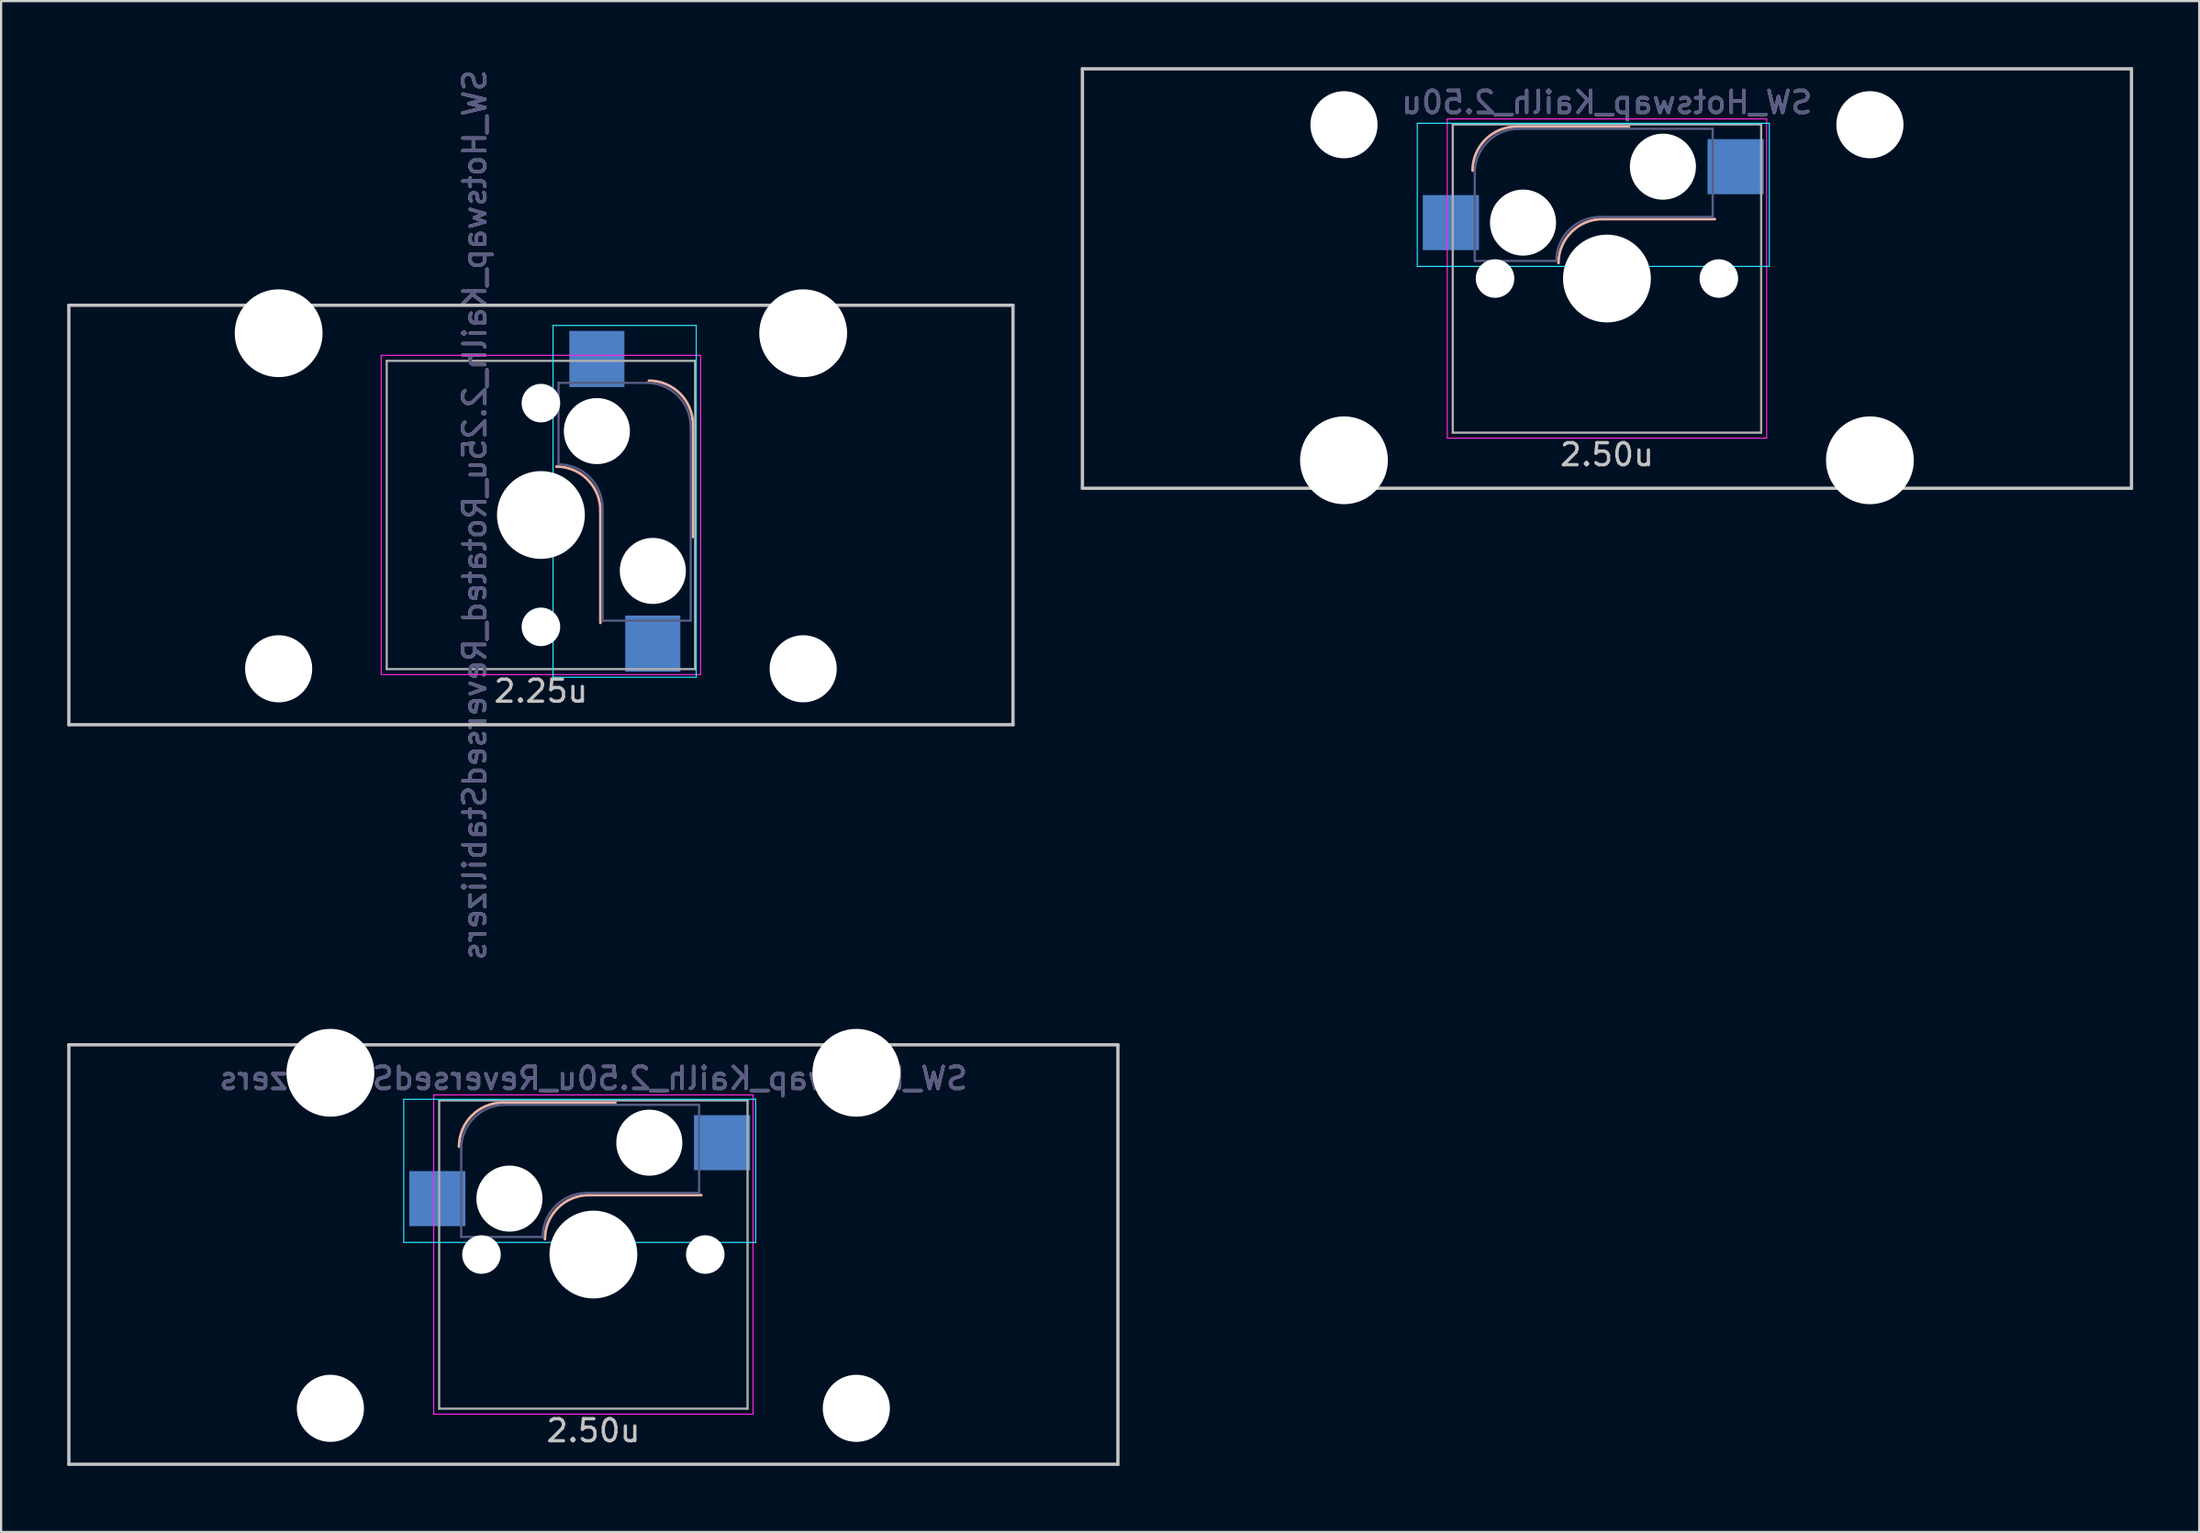
<source format=kicad_pcb>
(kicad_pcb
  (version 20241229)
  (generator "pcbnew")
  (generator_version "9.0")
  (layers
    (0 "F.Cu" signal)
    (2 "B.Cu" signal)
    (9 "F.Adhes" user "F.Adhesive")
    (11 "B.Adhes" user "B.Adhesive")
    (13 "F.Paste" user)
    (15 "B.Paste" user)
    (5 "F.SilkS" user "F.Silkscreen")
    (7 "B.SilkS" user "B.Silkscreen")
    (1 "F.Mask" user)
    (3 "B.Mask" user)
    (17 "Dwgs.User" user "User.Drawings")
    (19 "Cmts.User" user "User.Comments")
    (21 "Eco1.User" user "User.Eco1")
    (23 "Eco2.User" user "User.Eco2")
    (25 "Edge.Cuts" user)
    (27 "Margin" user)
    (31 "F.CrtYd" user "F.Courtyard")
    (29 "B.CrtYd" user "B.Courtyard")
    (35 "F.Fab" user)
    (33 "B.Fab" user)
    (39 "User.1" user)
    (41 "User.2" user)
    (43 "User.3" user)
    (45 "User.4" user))
  (footprint "SW_Hotswap_Kailh_2.50u_ReversedStabilizers"
    (layer "F.Cu")
    (at 23.887 53.927)
    (property "Reference" "SW_Hotswap_Kailh_2.50u_ReversedStabilizers" (at 0 -8 0) (layer "B.SilkS") (effects (font (size 1 1) (thickness 0.15)) (justify mirror)))
    (attr smd)
    (fp_line (start 1 -6.9) (end -4.1 -6.9) (stroke (width 0.12) (type solid)) (layer "B.SilkS"))
    (fp_line (start 4.9 -2.7) (end -0.2 -2.7) (stroke (width 0.12) (type solid)) (layer "B.SilkS"))
    (fp_arc (start -6.1 -4.9) (mid -5.514214 -6.314214) (end -4.1 -6.9) (stroke (width 0.12) (type solid)) (layer "B.SilkS"))
    (fp_arc (start -2.2 -0.7) (mid -1.614214 -2.114214) (end -0.2 -2.7) (stroke (width 0.12) (type solid)) (layer "B.SilkS"))
    (fp_line (start -23.812 -9.525) (end 23.812 -9.525) (stroke (width 0.15) (type solid)) (layer "Dwgs.User"))
    (fp_line (start -23.812 9.525) (end -23.812 -9.525) (stroke (width 0.15) (type solid)) (layer "Dwgs.User"))
    (fp_line (start -23.812 9.525) (end 23.812 9.525) (stroke (width 0.15) (type solid)) (layer "Dwgs.User"))
    (fp_line (start 23.812 -9.525) (end 23.812 9.525) (stroke (width 0.15) (type solid)) (layer "Dwgs.User"))
    (fp_line (start -8.61 -7.05) (end 7.37 -7.05) (stroke (width 0.05) (type solid)) (layer "B.CrtYd"))
    (fp_line (start -8.61 -0.55) (end -8.61 -7.05) (stroke (width 0.05) (type solid)) (layer "B.CrtYd"))
    (fp_line (start -8.61 -0.55) (end 7.37 -0.55) (stroke (width 0.05) (type solid)) (layer "B.CrtYd"))
    (fp_line (start 7.37 -7.05) (end 7.37 -0.55) (stroke (width 0.05) (type solid)) (layer "B.CrtYd"))
    (fp_line (start -7.25 -7.25) (end 7.25 -7.25) (stroke (width 0.05) (type solid)) (layer "F.CrtYd"))
    (fp_line (start -7.25 7.25) (end -7.25 -7.25) (stroke (width 0.05) (type solid)) (layer "F.CrtYd"))
    (fp_line (start 7.25 -7.25) (end 7.25 7.25) (stroke (width 0.05) (type solid)) (layer "F.CrtYd"))
    (fp_line (start 7.25 7.25) (end -7.25 7.25) (stroke (width 0.05) (type solid)) (layer "F.CrtYd"))
    (fp_line (start -6 -0.8) (end -6 -4.8) (stroke (width 0.1) (type solid)) (layer "B.Fab"))
    (fp_line (start -6 -0.8) (end -2.3 -0.8) (stroke (width 0.1) (type solid)) (layer "B.Fab"))
    (fp_line (start -4 -6.8) (end 4.8 -6.8) (stroke (width 0.1) (type solid)) (layer "B.Fab"))
    (fp_line (start -0.3 -2.8) (end 4.8 -2.8) (stroke (width 0.1) (type solid)) (layer "B.Fab"))
    (fp_line (start 4.8 -6.8) (end 4.8 -2.8) (stroke (width 0.1) (type solid)) (layer "B.Fab"))
    (fp_arc (start -6 -4.8) (mid -5.414214 -6.214214) (end -4 -6.8) (stroke (width 0.1) (type solid)) (layer "B.Fab"))
    (fp_arc (start -2.3 -0.8) (mid -1.714214 -2.214214) (end -0.3 -2.8) (stroke (width 0.1) (type solid)) (layer "B.Fab"))
    (fp_line (start -7 -7) (end 7 -7) (stroke (width 0.1) (type solid)) (layer "F.Fab"))
    (fp_line (start -7 7) (end -7 -7) (stroke (width 0.1) (type solid)) (layer "F.Fab"))
    (fp_line (start 7 -7) (end 7 7) (stroke (width 0.1) (type solid)) (layer "F.Fab"))
    (fp_line (start 7 7) (end -7 7) (stroke (width 0.1) (type solid)) (layer "F.Fab"))
    (fp_text user "2.50u" (at 0 8 0) (layer "Dwgs.User") (effects (font (size 1 1) (thickness 0.15))))
    (fp_text user "${REFERENCE}" (at 0 -8 0) (layer "B.Fab") (effects (font (size 1 1) (thickness 0.15)) (justify mirror)))
    (pad "" np_thru_hole circle (at -11.938 -8.255) (size 3.988 3.988) (drill 3.988) (layers "*.Cu" "*.Mask"))
    (pad "" np_thru_hole circle (at -11.938 6.985) (size 3.048 3.048) (drill 3.048) (layers "*.Cu" "*.Mask"))
    (pad "" np_thru_hole circle (at -5.08 0 48.1) (size 1.75 1.75) (drill 1.75) (layers "*.Cu" "*.Mask"))
    (pad "" np_thru_hole circle (at -3.81 -2.54) (size 3 3) (drill 3) (layers "*.Cu" "*.Mask"))
    (pad "" np_thru_hole circle (at 0 0) (size 3.988 3.988) (drill 3.988) (layers "*.Cu" "*.Mask"))
    (pad "" np_thru_hole circle (at 2.54 -5.08) (size 3 3) (drill 3) (layers "*.Cu" "*.Mask"))
    (pad "" np_thru_hole circle (at 5.08 0 48.1) (size 1.75 1.75) (drill 1.75) (layers "*.Cu" "*.Mask"))
    (pad "" np_thru_hole circle (at 11.938 -8.255) (size 3.988 3.988) (drill 3.988) (layers "*.Cu" "*.Mask"))
    (pad "" np_thru_hole circle (at 11.938 6.985) (size 3.048 3.048) (drill 3.048) (layers "*.Cu" "*.Mask"))
    (pad "1" smd rect (at -7.085 -2.54) (size 2.55 2.5) (layers "B.Cu" "B.Mask" "B.Paste"))
    (pad "2" smd rect (at 5.842 -5.08) (size 2.55 2.5) (layers "B.Cu" "B.Mask" "B.Paste")))
  (footprint "SW_Hotswap_Kailh_2.50u"
    (layer "F.Cu")
    (at 69.9 9.6)
    (property "Reference" "SW_Hotswap_Kailh_2.50u" (at 0 -8 0) (layer "B.SilkS") (effects (font (size 1 1) (thickness 0.15)) (justify mirror)))
    (attr smd)
    (fp_line (start 1 -6.9) (end -4.1 -6.9) (stroke (width 0.12) (type solid)) (layer "B.SilkS"))
    (fp_line (start 4.9 -2.7) (end -0.2 -2.7) (stroke (width 0.12) (type solid)) (layer "B.SilkS"))
    (fp_arc (start -6.1 -4.9) (mid -5.514214 -6.314214) (end -4.1 -6.9) (stroke (width 0.12) (type solid)) (layer "B.SilkS"))
    (fp_arc (start -2.2 -0.7) (mid -1.614214 -2.114214) (end -0.2 -2.7) (stroke (width 0.12) (type solid)) (layer "B.SilkS"))
    (fp_line (start -23.812 -9.525) (end 23.812 -9.525) (stroke (width 0.15) (type solid)) (layer "Dwgs.User"))
    (fp_line (start -23.812 9.525) (end -23.812 -9.525) (stroke (width 0.15) (type solid)) (layer "Dwgs.User"))
    (fp_line (start -23.812 9.525) (end 23.812 9.525) (stroke (width 0.15) (type solid)) (layer "Dwgs.User"))
    (fp_line (start 23.812 -9.525) (end 23.812 9.525) (stroke (width 0.15) (type solid)) (layer "Dwgs.User"))
    (fp_line (start -8.61 -7.05) (end 7.37 -7.05) (stroke (width 0.05) (type solid)) (layer "B.CrtYd"))
    (fp_line (start -8.61 -0.55) (end -8.61 -7.05) (stroke (width 0.05) (type solid)) (layer "B.CrtYd"))
    (fp_line (start -8.61 -0.55) (end 7.37 -0.55) (stroke (width 0.05) (type solid)) (layer "B.CrtYd"))
    (fp_line (start 7.37 -7.05) (end 7.37 -0.55) (stroke (width 0.05) (type solid)) (layer "B.CrtYd"))
    (fp_line (start -7.25 -7.25) (end 7.25 -7.25) (stroke (width 0.05) (type solid)) (layer "F.CrtYd"))
    (fp_line (start -7.25 7.25) (end -7.25 -7.25) (stroke (width 0.05) (type solid)) (layer "F.CrtYd"))
    (fp_line (start 7.25 -7.25) (end 7.25 7.25) (stroke (width 0.05) (type solid)) (layer "F.CrtYd"))
    (fp_line (start 7.25 7.25) (end -7.25 7.25) (stroke (width 0.05) (type solid)) (layer "F.CrtYd"))
    (fp_line (start -6 -0.8) (end -6 -4.8) (stroke (width 0.1) (type solid)) (layer "B.Fab"))
    (fp_line (start -6 -0.8) (end -2.3 -0.8) (stroke (width 0.1) (type solid)) (layer "B.Fab"))
    (fp_line (start -4 -6.8) (end 4.8 -6.8) (stroke (width 0.1) (type solid)) (layer "B.Fab"))
    (fp_line (start -0.3 -2.8) (end 4.8 -2.8) (stroke (width 0.1) (type solid)) (layer "B.Fab"))
    (fp_line (start 4.8 -6.8) (end 4.8 -2.8) (stroke (width 0.1) (type solid)) (layer "B.Fab"))
    (fp_arc (start -6 -4.8) (mid -5.414214 -6.214214) (end -4 -6.8) (stroke (width 0.1) (type solid)) (layer "B.Fab"))
    (fp_arc (start -2.3 -0.8) (mid -1.714214 -2.214214) (end -0.3 -2.8) (stroke (width 0.1) (type solid)) (layer "B.Fab"))
    (fp_line (start -7 -7) (end 7 -7) (stroke (width 0.1) (type solid)) (layer "F.Fab"))
    (fp_line (start -7 7) (end -7 -7) (stroke (width 0.1) (type solid)) (layer "F.Fab"))
    (fp_line (start 7 -7) (end 7 7) (stroke (width 0.1) (type solid)) (layer "F.Fab"))
    (fp_line (start 7 7) (end -7 7) (stroke (width 0.1) (type solid)) (layer "F.Fab"))
    (fp_text user "2.50u" (at 0 8 0) (layer "Dwgs.User") (effects (font (size 1 1) (thickness 0.15))))
    (fp_text user "${REFERENCE}" (at 0 -8 0) (layer "B.Fab") (effects (font (size 1 1) (thickness 0.15)) (justify mirror)))
    (pad "" np_thru_hole circle (at -11.938 -6.985) (size 3.048 3.048) (drill 3.048) (layers "*.Cu" "*.Mask"))
    (pad "" np_thru_hole circle (at -11.938 8.255) (size 3.988 3.988) (drill 3.988) (layers "*.Cu" "*.Mask"))
    (pad "" np_thru_hole circle (at -5.08 0 48.1) (size 1.75 1.75) (drill 1.75) (layers "*.Cu" "*.Mask"))
    (pad "" np_thru_hole circle (at -3.81 -2.54) (size 3 3) (drill 3) (layers "*.Cu" "*.Mask"))
    (pad "" np_thru_hole circle (at 0 0) (size 3.988 3.988) (drill 3.988) (layers "*.Cu" "*.Mask"))
    (pad "" np_thru_hole circle (at 2.54 -5.08) (size 3 3) (drill 3) (layers "*.Cu" "*.Mask"))
    (pad "" np_thru_hole circle (at 5.08 0 48.1) (size 1.75 1.75) (drill 1.75) (layers "*.Cu" "*.Mask"))
    (pad "" np_thru_hole circle (at 11.938 -6.985) (size 3.048 3.048) (drill 3.048) (layers "*.Cu" "*.Mask"))
    (pad "" np_thru_hole circle (at 11.938 8.255) (size 3.988 3.988) (drill 3.988) (layers "*.Cu" "*.Mask"))
    (pad "1" smd rect (at -7.085 -2.54) (size 2.55 2.5) (layers "B.Cu" "B.Mask" "B.Paste"))
    (pad "2" smd rect (at 5.842 -5.08) (size 2.55 2.5) (layers "B.Cu" "B.Mask" "B.Paste")))
  (footprint "SW_Hotswap_Kailh_2.25u_Rotated_ReversedStabilizers"
    (layer "F.Cu")
    (at 21.506 20.339)
    (property "Reference" "SW_Hotswap_Kailh_2.25u_Rotated_ReversedStabilizers" (at -3 0 90) (layer "B.SilkS") (effects (font (size 1 1) (thickness 0.15)) (justify mirror)))
    (attr smd)
    (fp_line (start 2.7 4.9) (end 2.7 -0.2) (stroke (width 0.12) (type solid)) (layer "B.SilkS"))
    (fp_line (start 6.9 1) (end 6.9 -4.1) (stroke (width 0.12) (type solid)) (layer "B.SilkS"))
    (fp_arc (start 0.7 -2.2) (mid 2.114214 -1.614214) (end 2.7 -0.2) (stroke (width 0.12) (type solid)) (layer "B.SilkS"))
    (fp_arc (start 4.9 -6.1) (mid 6.314214 -5.514214) (end 6.9 -4.1) (stroke (width 0.12) (type solid)) (layer "B.SilkS"))
    (fp_line (start -21.431 -9.525) (end 21.431 -9.525) (stroke (width 0.15) (type solid)) (layer "Dwgs.User"))
    (fp_line (start -21.431 9.525) (end -21.431 -9.525) (stroke (width 0.15) (type solid)) (layer "Dwgs.User"))
    (fp_line (start -21.431 9.525) (end 21.431 9.525) (stroke (width 0.15) (type solid)) (layer "Dwgs.User"))
    (fp_line (start 21.431 -9.525) (end 21.431 9.525) (stroke (width 0.15) (type solid)) (layer "Dwgs.User"))
    (fp_line (start 0.55 -8.61) (end 0.55 7.37) (stroke (width 0.05) (type solid)) (layer "B.CrtYd"))
    (fp_line (start 0.55 -8.61) (end 7.05 -8.61) (stroke (width 0.05) (type solid)) (layer "B.CrtYd"))
    (fp_line (start 7.05 -8.61) (end 7.05 7.37) (stroke (width 0.05) (type solid)) (layer "B.CrtYd"))
    (fp_line (start 7.05 7.37) (end 0.55 7.37) (stroke (width 0.05) (type solid)) (layer "B.CrtYd"))
    (fp_line (start -7.25 -7.25) (end 7.25 -7.25) (stroke (width 0.05) (type solid)) (layer "F.CrtYd"))
    (fp_line (start -7.25 7.25) (end -7.25 -7.25) (stroke (width 0.05) (type solid)) (layer "F.CrtYd"))
    (fp_line (start 7.25 -7.25) (end 7.25 7.25) (stroke (width 0.05) (type solid)) (layer "F.CrtYd"))
    (fp_line (start 7.25 7.25) (end -7.25 7.25) (stroke (width 0.05) (type solid)) (layer "F.CrtYd"))
    (fp_line (start 0.8 -6) (end 0.8 -2.3) (stroke (width 0.1) (type solid)) (layer "B.Fab"))
    (fp_line (start 0.8 -6) (end 4.8 -6) (stroke (width 0.1) (type solid)) (layer "B.Fab"))
    (fp_line (start 2.8 -0.3) (end 2.8 4.8) (stroke (width 0.1) (type solid)) (layer "B.Fab"))
    (fp_line (start 6.8 -4) (end 6.8 4.8) (stroke (width 0.1) (type solid)) (layer "B.Fab"))
    (fp_line (start 6.8 4.8) (end 2.8 4.8) (stroke (width 0.1) (type solid)) (layer "B.Fab"))
    (fp_arc (start 0.8 -2.3) (mid 2.214214 -1.714214) (end 2.8 -0.3) (stroke (width 0.1) (type solid)) (layer "B.Fab"))
    (fp_arc (start 4.8 -6) (mid 6.214214 -5.414214) (end 6.8 -4) (stroke (width 0.1) (type solid)) (layer "B.Fab"))
    (fp_line (start -7 -7) (end 7 -7) (stroke (width 0.1) (type solid)) (layer "F.Fab"))
    (fp_line (start -7 7) (end -7 -7) (stroke (width 0.1) (type solid)) (layer "F.Fab"))
    (fp_line (start 7 -7) (end 7 7) (stroke (width 0.1) (type solid)) (layer "F.Fab"))
    (fp_line (start 7 7) (end -7 7) (stroke (width 0.1) (type solid)) (layer "F.Fab"))
    (fp_text user "2.25u" (at 0 8 0) (layer "Dwgs.User") (effects (font (size 1 1) (thickness 0.15))))
    (fp_text user "${REFERENCE}" (at -3 0 90) (layer "B.Fab") (effects (font (size 1 1) (thickness 0.15)) (justify mirror)))
    (pad "" np_thru_hole circle (at -11.906 -8.255) (size 3.988 3.988) (drill 3.988) (layers "*.Cu" "*.Mask"))
    (pad "" np_thru_hole circle (at -11.906 6.985) (size 3.048 3.048) (drill 3.048) (layers "*.Cu" "*.Mask"))
    (pad "" np_thru_hole circle (at 0 -5.08 318.1) (size 1.75 1.75) (drill 1.75) (layers "*.Cu" "*.Mask"))
    (pad "" np_thru_hole circle (at 0 0 270) (size 3.988 3.988) (drill 3.988) (layers "*.Cu" "*.Mask"))
    (pad "" np_thru_hole circle (at 0 5.08 318.1) (size 1.75 1.75) (drill 1.75) (layers "*.Cu" "*.Mask"))
    (pad "" np_thru_hole circle (at 2.54 -3.81 270) (size 3 3) (drill 3) (layers "*.Cu" "*.Mask"))
    (pad "" np_thru_hole circle (at 5.08 2.54 270) (size 3 3) (drill 3) (layers "*.Cu" "*.Mask"))
    (pad "" np_thru_hole circle (at 11.906 -8.255) (size 3.988 3.988) (drill 3.988) (layers "*.Cu" "*.Mask"))
    (pad "" np_thru_hole circle (at 11.906 6.985) (size 3.048 3.048) (drill 3.048) (layers "*.Cu" "*.Mask"))
    (pad "1" smd rect (at 2.54 -7.085 270) (size 2.55 2.5) (layers "B.Cu" "B.Mask" "B.Paste"))
    (pad "2" smd rect (at 5.08 5.842 270) (size 2.55 2.5) (layers "B.Cu" "B.Mask" "B.Paste")))
  (gr_rect
    (start -3 -3)
    (end 96.787 66.527)
    (stroke (width 0.1) (type default))
    (fill no)
    (layer "Edge.Cuts")))
</source>
